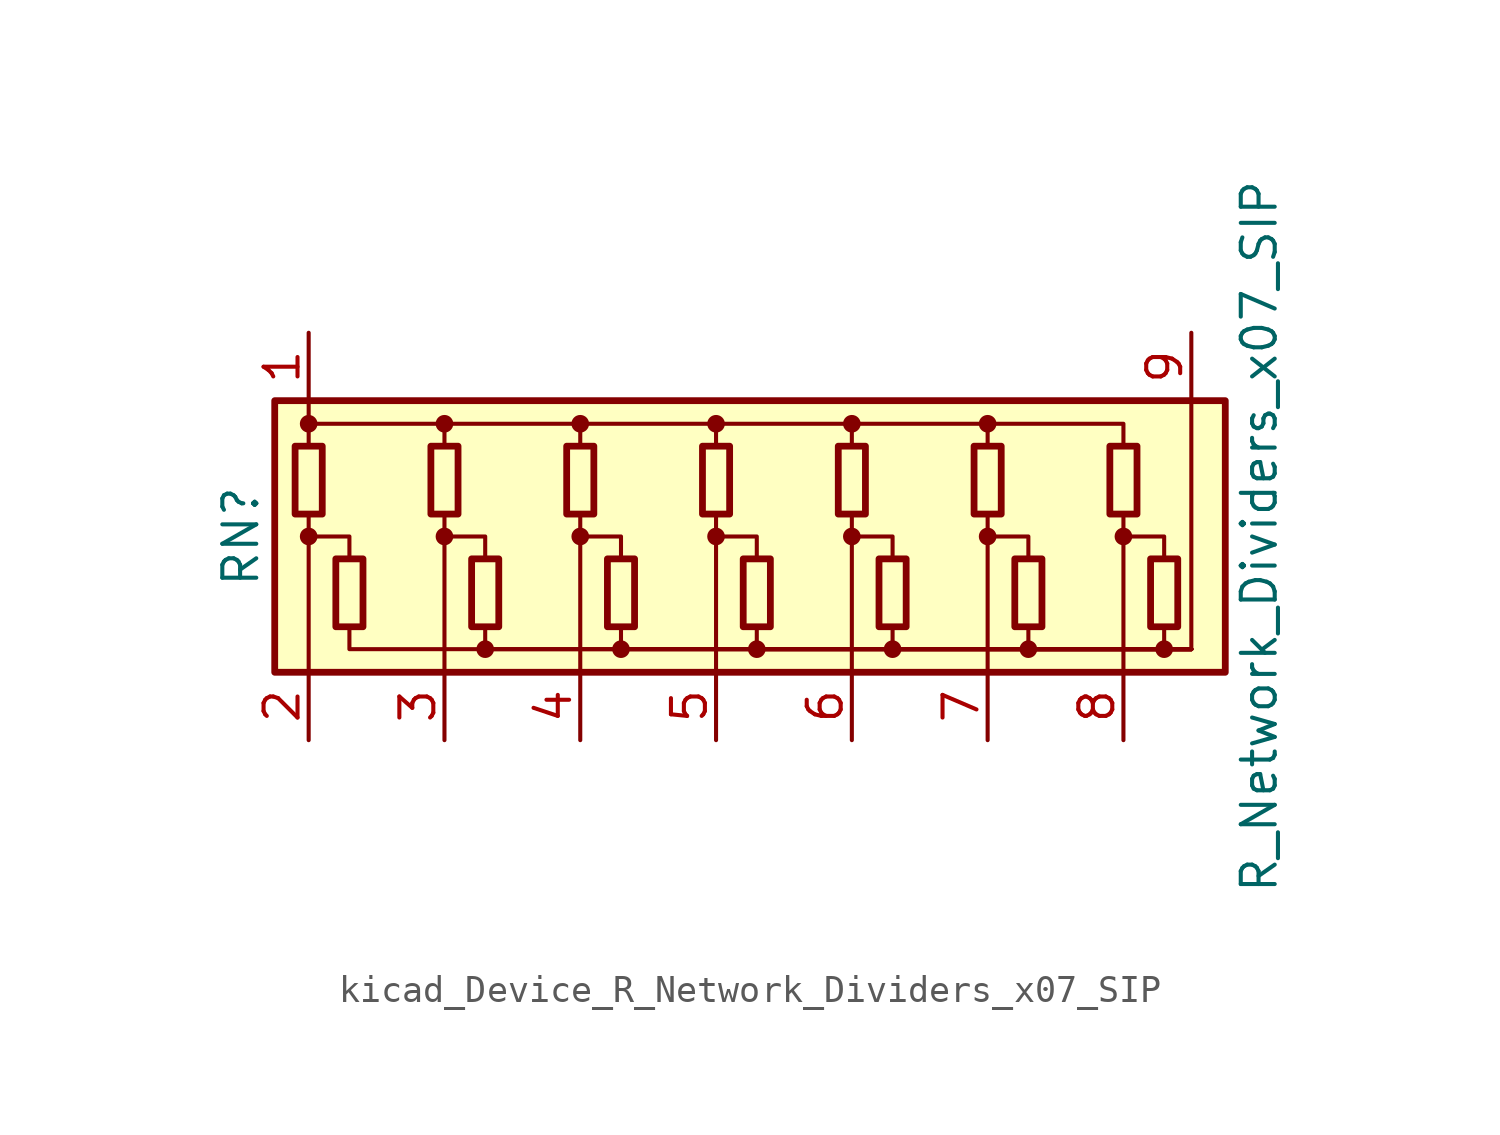
<source format=kicad_sym>
(kicad_symbol_lib
  (version 20220914)
  (generator kicad_symbol_editor)
  (symbol "kicad_Device_R_Network_Dividers_x07_SIP"
    (pin_names
      (offset 0) hide)
    (property "Reference" "RN"
      (at -17.78 0 90)
      (effects (font (size 1.27 1.27))))
    (property "Value" "R_Network_Dividers_x07_SIP"
      (at 20.32 0 90)
      (effects (font (size 1.27 1.27))))
    (symbol "kicad_Device_R_Network_Dividers_x07_SIP_0_1"
      (rectangle (start -16.51 -5.08) (end 19.05 5.08) (stroke (width 0.254) (type default)) (fill (type background)))
      (rectangle (start -15.748 3.378) (end -14.732 0.838) (stroke (width 0.254) (type default)) (fill (type none)))
      (circle (center -15.24 0) (radius 0.254) (stroke (width 0) (type default)) (fill (type outline)))
      (circle (center -15.24 4.216) (radius 0.254) (stroke (width 0) (type default)) (fill (type outline)))
      (rectangle (start -14.224 -3.378) (end -13.208 -0.838) (stroke (width 0.254) (type default)) (fill (type none)))
      (rectangle (start -10.668 3.378) (end -9.652 0.838) (stroke (width 0.254) (type default)) (fill (type none)))
      (circle (center -10.16 0) (radius 0.254) (stroke (width 0) (type default)) (fill (type outline)))
      (circle (center -10.16 4.216) (radius 0.254) (stroke (width 0) (type default)) (fill (type outline)))
      (rectangle (start -9.144 -3.378) (end -8.128 -0.838) (stroke (width 0.254) (type default)) (fill (type none)))
      (circle (center -8.636 -4.216) (radius 0.254) (stroke (width 0) (type default)) (fill (type outline)))
      (rectangle (start -5.588 3.378) (end -4.572 0.838) (stroke (width 0.254) (type default)) (fill (type none)))
      (circle (center -5.08 0) (radius 0.254) (stroke (width 0) (type default)) (fill (type outline)))
      (circle (center -5.08 4.216) (radius 0.254) (stroke (width 0) (type default)) (fill (type outline)))
      (rectangle (start -4.064 -3.378) (end -3.048 -0.838) (stroke (width 0.254) (type default)) (fill (type none)))
      (circle (center -3.556 -4.216) (radius 0.254) (stroke (width 0) (type default)) (fill (type outline)))
      (rectangle (start -0.508 3.378) (end 0.508 0.838) (stroke (width 0.254) (type default)) (fill (type none)))
      (polyline (pts (xy -15.24 -5.08) (xy -15.24 0.838)) (stroke (width 0) (type default)) (fill (type none)))
      (polyline (pts (xy -15.24 5.08) (xy -15.24 3.378)) (stroke (width 0) (type default)) (fill (type none)))
      (polyline (pts (xy -10.16 -5.08) (xy -10.16 0.838)) (stroke (width 0) (type default)) (fill (type none)))
      (polyline (pts (xy -5.08 -5.08) (xy -5.08 0.838)) (stroke (width 0) (type default)) (fill (type none)))
      (polyline (pts (xy 0 -5.08) (xy 0 0.838)) (stroke (width 0) (type default)) (fill (type none)))
      (polyline (pts (xy 5.08 -5.08) (xy 5.08 0.838)) (stroke (width 0) (type default)) (fill (type none)))
      (polyline (pts (xy 10.16 -5.08) (xy 10.16 0.838)) (stroke (width 0) (type default)) (fill (type none)))
      (polyline (pts (xy 15.24 -5.08) (xy 15.24 0.838)) (stroke (width 0) (type default)) (fill (type none)))
      (polyline (pts (xy 17.78 -4.216) (xy 17.78 5.08)) (stroke (width 0) (type default)) (fill (type none)))
      (polyline (pts (xy -15.24 0) (xy -13.716 0) (xy -13.716 -0.838)) (stroke (width 0) (type default)) (fill (type none)))
      (polyline (pts (xy -15.24 4.216) (xy -10.16 4.216) (xy -10.16 3.378)) (stroke (width 0) (type default)) (fill (type none)))
      (polyline (pts (xy -13.716 -3.378) (xy -13.716 -4.216) (xy 17.78 -4.216)) (stroke (width 0) (type default)) (fill (type none)))
      (polyline (pts (xy -10.16 0) (xy -8.636 0) (xy -8.636 -0.838)) (stroke (width 0) (type default)) (fill (type none)))
      (polyline (pts (xy -10.16 4.216) (xy -5.08 4.216) (xy -5.08 3.378)) (stroke (width 0) (type default)) (fill (type none)))
      (polyline (pts (xy -8.636 -3.378) (xy -8.636 -4.216) (xy 17.78 -4.216)) (stroke (width 0) (type default)) (fill (type none)))
      (polyline (pts (xy -5.08 0) (xy -3.556 0) (xy -3.556 -0.838)) (stroke (width 0) (type default)) (fill (type none)))
      (polyline (pts (xy -5.08 4.216) (xy 0 4.216) (xy 0 3.378)) (stroke (width 0) (type default)) (fill (type none)))
      (polyline (pts (xy -3.556 -3.378) (xy -3.556 -4.216) (xy 17.78 -4.216)) (stroke (width 0) (type default)) (fill (type none)))
      (polyline (pts (xy 0 0) (xy 1.524 0) (xy 1.524 -0.838)) (stroke (width 0) (type default)) (fill (type none)))
      (polyline (pts (xy 0 4.216) (xy 5.08 4.216) (xy 5.08 3.378)) (stroke (width 0) (type default)) (fill (type none)))
      (polyline (pts (xy 1.524 -3.378) (xy 1.524 -4.216) (xy 17.78 -4.216)) (stroke (width 0) (type default)) (fill (type none)))
      (polyline (pts (xy 5.08 0) (xy 6.604 0) (xy 6.604 -0.838)) (stroke (width 0) (type default)) (fill (type none)))
      (polyline (pts (xy 5.08 4.216) (xy 10.16 4.216) (xy 10.16 3.378)) (stroke (width 0) (type default)) (fill (type none)))
      (polyline (pts (xy 6.604 -3.378) (xy 6.604 -4.216) (xy 17.78 -4.216)) (stroke (width 0) (type default)) (fill (type none)))
      (polyline (pts (xy 10.16 0) (xy 11.684 0) (xy 11.684 -0.838)) (stroke (width 0) (type default)) (fill (type none)))
      (polyline (pts (xy 10.16 4.216) (xy 15.24 4.216) (xy 15.24 3.378)) (stroke (width 0) (type default)) (fill (type none)))
      (polyline (pts (xy 11.684 -3.378) (xy 11.684 -4.216) (xy 17.78 -4.216)) (stroke (width 0) (type default)) (fill (type none)))
      (polyline (pts (xy 15.24 0) (xy 16.764 0) (xy 16.764 -0.838)) (stroke (width 0) (type default)) (fill (type none)))
      (polyline (pts (xy 16.764 -3.378) (xy 16.764 -4.216) (xy 17.78 -4.216)) (stroke (width 0) (type default)) (fill (type none)))
      (circle (center 0 0) (radius 0.254) (stroke (width 0) (type default)) (fill (type outline)))
      (circle (center 0 4.216) (radius 0.254) (stroke (width 0) (type default)) (fill (type outline)))
      (rectangle (start 1.016 -3.378) (end 2.032 -0.838) (stroke (width 0.254) (type default)) (fill (type none)))
      (circle (center 1.524 -4.216) (radius 0.254) (stroke (width 0) (type default)) (fill (type outline)))
      (rectangle (start 4.572 3.378) (end 5.588 0.838) (stroke (width 0.254) (type default)) (fill (type none)))
      (circle (center 5.08 0) (radius 0.254) (stroke (width 0) (type default)) (fill (type outline)))
      (circle (center 5.08 4.216) (radius 0.254) (stroke (width 0) (type default)) (fill (type outline)))
      (rectangle (start 6.096 -3.378) (end 7.112 -0.838) (stroke (width 0.254) (type default)) (fill (type none)))
      (circle (center 6.604 -4.216) (radius 0.254) (stroke (width 0) (type default)) (fill (type outline)))
      (rectangle (start 9.652 3.378) (end 10.668 0.838) (stroke (width 0.254) (type default)) (fill (type none)))
      (circle (center 10.16 0) (radius 0.254) (stroke (width 0) (type default)) (fill (type outline)))
      (circle (center 10.16 4.216) (radius 0.254) (stroke (width 0) (type default)) (fill (type outline)))
      (rectangle (start 11.176 -3.378) (end 12.192 -0.838) (stroke (width 0.254) (type default)) (fill (type none)))
      (circle (center 11.684 -4.216) (radius 0.254) (stroke (width 0) (type default)) (fill (type outline)))
      (rectangle (start 14.732 3.378) (end 15.748 0.838) (stroke (width 0.254) (type default)) (fill (type none)))
      (circle (center 15.24 0) (radius 0.254) (stroke (width 0) (type default)) (fill (type outline)))
      (rectangle (start 16.256 -3.378) (end 17.272 -0.838) (stroke (width 0.254) (type default)) (fill (type none)))
      (circle (center 16.764 -4.216) (radius 0.254) (stroke (width 0) (type default)) (fill (type outline))))
    (symbol "kicad_Device_R_Network_Dividers_x07_SIP_1_1"
      (pin passive line (at -15.24 7.62 270) (length 2.54) (name "COM1" (effects (font (size 1.27 1.27)))) (number "1" (effects (font (size 1.27 1.27)))))
      (pin passive line (at -15.24 -7.62 90) (length 2.54) (name "R1" (effects (font (size 1.27 1.27)))) (number "2" (effects (font (size 1.27 1.27)))))
      (pin passive line (at -10.16 -7.62 90) (length 2.54) (name "R2" (effects (font (size 1.27 1.27)))) (number "3" (effects (font (size 1.27 1.27)))))
      (pin passive line (at -5.08 -7.62 90) (length 2.54) (name "R3" (effects (font (size 1.27 1.27)))) (number "4" (effects (font (size 1.27 1.27)))))
      (pin passive line (at 0 -7.62 90) (length 2.54) (name "R4" (effects (font (size 1.27 1.27)))) (number "5" (effects (font (size 1.27 1.27)))))
      (pin passive line (at 5.08 -7.62 90) (length 2.54) (name "R5" (effects (font (size 1.27 1.27)))) (number "6" (effects (font (size 1.27 1.27)))))
      (pin passive line (at 10.16 -7.62 90) (length 2.54) (name "R6" (effects (font (size 1.27 1.27)))) (number "7" (effects (font (size 1.27 1.27)))))
      (pin passive line (at 15.24 -7.62 90) (length 2.54) (name "R7" (effects (font (size 1.27 1.27)))) (number "8" (effects (font (size 1.27 1.27)))))
      (pin passive line (at 17.78 7.62 270) (length 2.54) (name "COM2" (effects (font (size 1.27 1.27)))) (number "9" (effects (font (size 1.27 1.27))))))))
</source>
